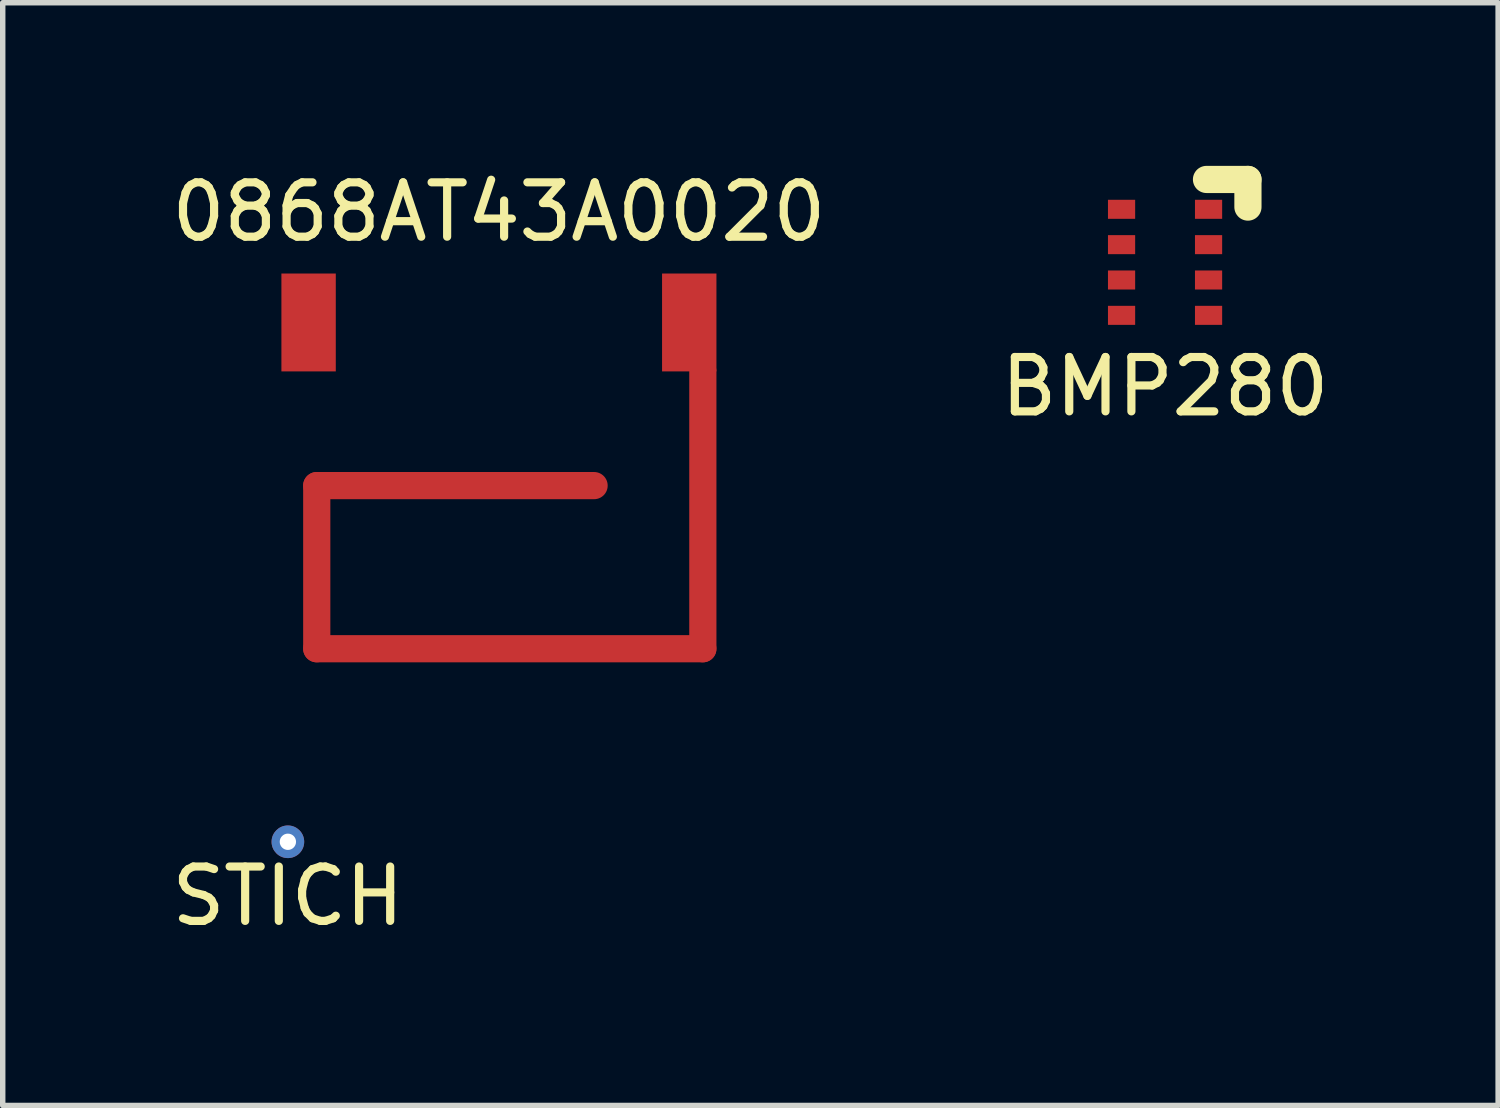
<source format=kicad_pcb>
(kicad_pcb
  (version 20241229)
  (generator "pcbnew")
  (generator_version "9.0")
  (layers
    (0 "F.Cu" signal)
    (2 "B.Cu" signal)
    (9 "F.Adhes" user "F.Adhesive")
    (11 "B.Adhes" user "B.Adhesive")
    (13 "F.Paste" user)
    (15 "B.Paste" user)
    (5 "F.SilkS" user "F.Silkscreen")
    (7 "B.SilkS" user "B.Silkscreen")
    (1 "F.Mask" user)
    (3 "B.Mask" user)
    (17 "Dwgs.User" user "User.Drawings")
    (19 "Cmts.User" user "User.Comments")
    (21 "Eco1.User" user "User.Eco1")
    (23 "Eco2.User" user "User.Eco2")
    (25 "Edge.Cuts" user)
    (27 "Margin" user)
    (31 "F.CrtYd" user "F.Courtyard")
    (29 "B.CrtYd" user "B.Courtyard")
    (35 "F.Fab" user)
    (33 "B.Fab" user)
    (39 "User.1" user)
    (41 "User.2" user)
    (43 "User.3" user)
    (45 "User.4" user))
  (footprint "0868AT43A0020"
    (layer "F.Cu")
    (at 6.125 2.88)
    (property "Reference" "0868AT43A0020" (at 0 -2.032 0) (layer "F.SilkS") (effects (font (size 1 1) (thickness 0.15))))
    (attr through_hole)
    (fp_line (start -3.35 3) (end -3.35 6) (stroke (width 0.5) (type solid)) (layer "F.Cu"))
    (fp_line (start -3.35 3) (end 1.75 3) (stroke (width 0.5) (type solid)) (layer "F.Cu"))
    (fp_line (start 3.75 0.9) (end 3.75 6) (stroke (width 0.5) (type solid)) (layer "F.Cu"))
    (fp_line (start 3.75 6) (end -3.35 6) (stroke (width 0.5) (type solid)) (layer "F.Cu"))
    (pad "1" smd rect (at -3.5 0) (size 1 1.8) (layers "F.Cu" "F.Mask" "F.Paste"))
    (pad "2" smd rect (at 3.5 0) (size 1 1.8) (layers "F.Cu" "F.Mask" "F.Paste")))
  (footprint "BMP280"
    (layer "F.Cu")
    (at 18.375 1.774)
    (property "Reference" "BMP280" (at 0 2.286 0) (layer "F.SilkS") (effects (font (size 1 1) (thickness 0.15))))
    (attr through_hole)
    (fp_line (start 0.762 -1.524) (end 1.524 -1.524) (stroke (width 0.5) (type solid)) (layer "F.SilkS"))
    (fp_line (start 1.524 -1.524) (end 1.524 -1.016) (stroke (width 0.5) (type solid)) (layer "F.SilkS"))
    (pad "1" smd rect (at 0.8 -0.975) (size 0.5 0.35) (layers "F.Cu" "F.Mask" "F.Paste"))
    (pad "2" smd rect (at 0.8 -0.325) (size 0.5 0.35) (layers "F.Cu" "F.Mask" "F.Paste"))
    (pad "3" smd rect (at 0.8 0.325) (size 0.5 0.35) (layers "F.Cu" "F.Mask" "F.Paste"))
    (pad "4" smd rect (at 0.8 0.975) (size 0.5 0.35) (layers "F.Cu" "F.Mask" "F.Paste"))
    (pad "5" smd rect (at -0.8 0.975) (size 0.5 0.35) (layers "F.Cu" "F.Mask" "F.Paste"))
    (pad "6" smd rect (at -0.8 0.325) (size 0.5 0.35) (layers "F.Cu" "F.Mask" "F.Paste"))
    (pad "7" smd rect (at -0.8 -0.325) (size 0.5 0.35) (layers "F.Cu" "F.Mask" "F.Paste"))
    (pad "8" smd rect (at -0.8 -0.975) (size 0.5 0.35) (layers "F.Cu" "F.Mask" "F.Paste")))
  (footprint "STICH"
    (layer "F.Cu")
    (at 2.244 12.43)
    (property "Reference" "STICH" (at 0 1 0) (layer "F.SilkS") (effects (font (size 1 1) (thickness 0.15))))
    (attr through_hole)
    (pad "1" thru_hole circle (at 0 0) (size 0.6 0.6) (drill 0.3) (layers "*.Cu")))
  (gr_rect
    (start -3 -3)
    (end 24.5 17.279)
    (stroke (width 0.1) (type default))
    (fill no)
    (layer "Edge.Cuts")))
</source>
